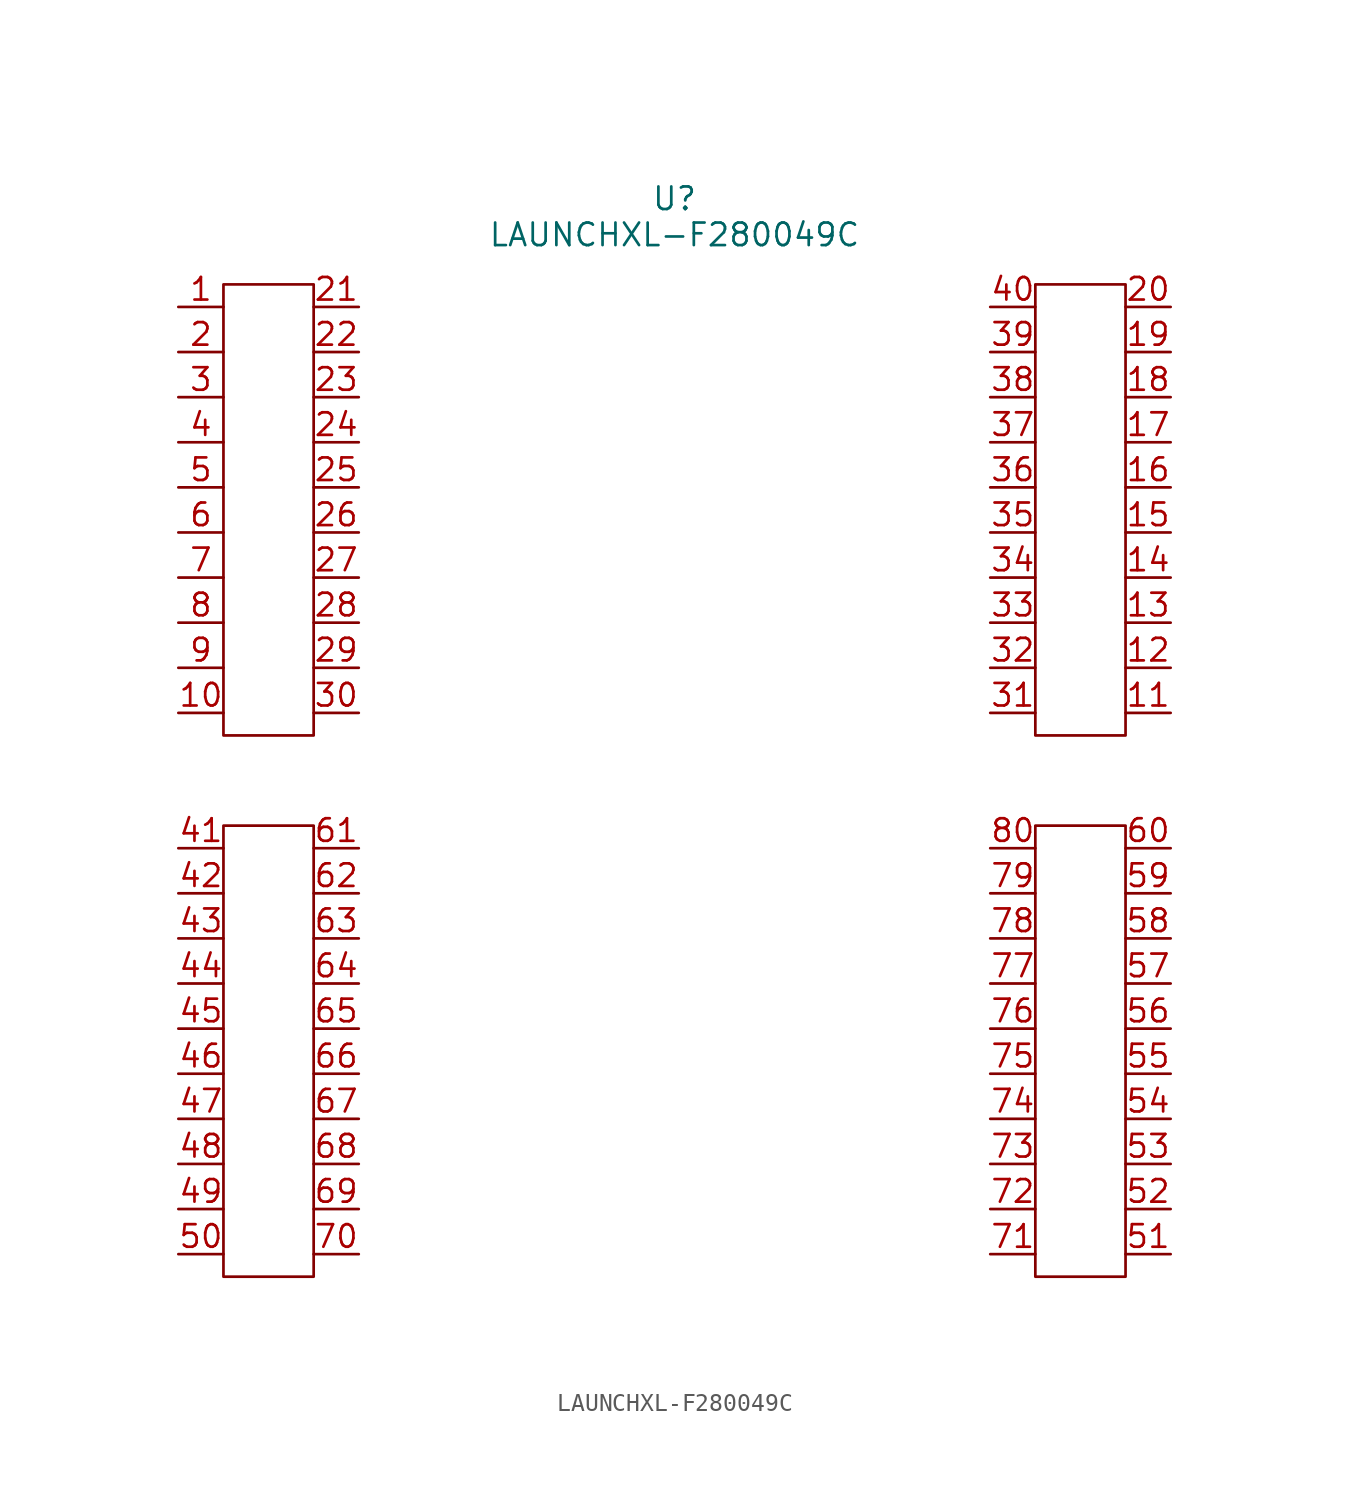
<source format=kicad_sym>
(kicad_symbol_lib
  (version 20241209)
  (generator "kicad_symbol_editor")
  (generator_version "9.0")
  (symbol "LAUNCHXL-F280049C"
    (property "Reference" "U"
      (at 0 32.766 0)
      (effects (font (size 1.27 1.27))))
    (property "Value" "LAUNCHXL-F280049C"
      (at 0 30.734 0)
      (effects (font (size 1.27 1.27))))
    (symbol "LAUNCHXL-F280049C_0_1"
      (rectangle (start -25.4 27.94) (end -20.32 2.54) (stroke (width 0) (type default)) (fill (type none)))
      (rectangle (start -25.4 -2.54) (end -20.32 -27.94) (stroke (width 0) (type default)) (fill (type none)))
      (rectangle (start 20.32 27.94) (end 25.4 2.54) (stroke (width 0) (type default)) (fill (type none)))
      (rectangle (start 20.32 -2.54) (end 25.4 -27.94) (stroke (width 0) (type default)) (fill (type none))))
    (symbol "LAUNCHXL-F280049C_1_1"
      (pin bidirectional line (at -27.94 26.67 0) (length 2.54) (name "" (effects (font (size 1.27 1.27)))) (number "1" (effects (font (size 1.27 1.27)))))
      (pin bidirectional line (at -27.94 24.13 0) (length 2.54) (name "" (effects (font (size 1.27 1.27)))) (number "2" (effects (font (size 1.27 1.27)))))
      (pin bidirectional line (at -27.94 21.59 0) (length 2.54) (name "" (effects (font (size 1.27 1.27)))) (number "3" (effects (font (size 1.27 1.27)))))
      (pin bidirectional line (at -27.94 19.05 0) (length 2.54) (name "" (effects (font (size 1.27 1.27)))) (number "4" (effects (font (size 1.27 1.27)))))
      (pin bidirectional line (at -27.94 16.51 0) (length 2.54) (name "" (effects (font (size 1.27 1.27)))) (number "5" (effects (font (size 1.27 1.27)))))
      (pin bidirectional line (at -27.94 13.97 0) (length 2.54) (name "" (effects (font (size 1.27 1.27)))) (number "6" (effects (font (size 1.27 1.27)))))
      (pin bidirectional line (at -27.94 11.43 0) (length 2.54) (name "" (effects (font (size 1.27 1.27)))) (number "7" (effects (font (size 1.27 1.27)))))
      (pin bidirectional line (at -27.94 8.89 0) (length 2.54) (name "" (effects (font (size 1.27 1.27)))) (number "8" (effects (font (size 1.27 1.27)))))
      (pin bidirectional line (at -27.94 6.35 0) (length 2.54) (name "" (effects (font (size 1.27 1.27)))) (number "9" (effects (font (size 1.27 1.27)))))
      (pin bidirectional line (at -27.94 3.81 0) (length 2.54) (name "" (effects (font (size 1.27 1.27)))) (number "10" (effects (font (size 1.27 1.27)))))
      (pin bidirectional line (at -27.94 -3.81 0) (length 2.54) (name "" (effects (font (size 1.27 1.27)))) (number "41" (effects (font (size 1.27 1.27)))))
      (pin bidirectional line (at -27.94 -6.35 0) (length 2.54) (name "" (effects (font (size 1.27 1.27)))) (number "42" (effects (font (size 1.27 1.27)))))
      (pin bidirectional line (at -27.94 -8.89 0) (length 2.54) (name "" (effects (font (size 1.27 1.27)))) (number "43" (effects (font (size 1.27 1.27)))))
      (pin bidirectional line (at -27.94 -11.43 0) (length 2.54) (name "" (effects (font (size 1.27 1.27)))) (number "44" (effects (font (size 1.27 1.27)))))
      (pin bidirectional line (at -27.94 -13.97 0) (length 2.54) (name "" (effects (font (size 1.27 1.27)))) (number "45" (effects (font (size 1.27 1.27)))))
      (pin bidirectional line (at -27.94 -16.51 0) (length 2.54) (name "" (effects (font (size 1.27 1.27)))) (number "46" (effects (font (size 1.27 1.27)))))
      (pin bidirectional line (at -27.94 -19.05 0) (length 2.54) (name "" (effects (font (size 1.27 1.27)))) (number "47" (effects (font (size 1.27 1.27)))))
      (pin bidirectional line (at -27.94 -21.59 0) (length 2.54) (name "" (effects (font (size 1.27 1.27)))) (number "48" (effects (font (size 1.27 1.27)))))
      (pin bidirectional line (at -27.94 -24.13 0) (length 2.54) (name "" (effects (font (size 1.27 1.27)))) (number "49" (effects (font (size 1.27 1.27)))))
      (pin bidirectional line (at -27.94 -26.67 0) (length 2.54) (name "" (effects (font (size 1.27 1.27)))) (number "50" (effects (font (size 1.27 1.27)))))
      (pin bidirectional line (at -17.78 26.67 180) (length 2.54) (name "" (effects (font (size 1.27 1.27)))) (number "21" (effects (font (size 1.27 1.27)))))
      (pin bidirectional line (at -17.78 24.13 180) (length 2.54) (name "" (effects (font (size 1.27 1.27)))) (number "22" (effects (font (size 1.27 1.27)))))
      (pin bidirectional line (at -17.78 21.59 180) (length 2.54) (name "" (effects (font (size 1.27 1.27)))) (number "23" (effects (font (size 1.27 1.27)))))
      (pin bidirectional line (at -17.78 19.05 180) (length 2.54) (name "" (effects (font (size 1.27 1.27)))) (number "24" (effects (font (size 1.27 1.27)))))
      (pin bidirectional line (at -17.78 16.51 180) (length 2.54) (name "" (effects (font (size 1.27 1.27)))) (number "25" (effects (font (size 1.27 1.27)))))
      (pin bidirectional line (at -17.78 13.97 180) (length 2.54) (name "" (effects (font (size 1.27 1.27)))) (number "26" (effects (font (size 1.27 1.27)))))
      (pin bidirectional line (at -17.78 11.43 180) (length 2.54) (name "" (effects (font (size 1.27 1.27)))) (number "27" (effects (font (size 1.27 1.27)))))
      (pin bidirectional line (at -17.78 8.89 180) (length 2.54) (name "" (effects (font (size 1.27 1.27)))) (number "28" (effects (font (size 1.27 1.27)))))
      (pin bidirectional line (at -17.78 6.35 180) (length 2.54) (name "" (effects (font (size 1.27 1.27)))) (number "29" (effects (font (size 1.27 1.27)))))
      (pin bidirectional line (at -17.78 3.81 180) (length 2.54) (name "" (effects (font (size 1.27 1.27)))) (number "30" (effects (font (size 1.27 1.27)))))
      (pin bidirectional line (at -17.78 -3.81 180) (length 2.54) (name "" (effects (font (size 1.27 1.27)))) (number "61" (effects (font (size 1.27 1.27)))))
      (pin bidirectional line (at -17.78 -6.35 180) (length 2.54) (name "" (effects (font (size 1.27 1.27)))) (number "62" (effects (font (size 1.27 1.27)))))
      (pin bidirectional line (at -17.78 -8.89 180) (length 2.54) (name "" (effects (font (size 1.27 1.27)))) (number "63" (effects (font (size 1.27 1.27)))))
      (pin bidirectional line (at -17.78 -11.43 180) (length 2.54) (name "" (effects (font (size 1.27 1.27)))) (number "64" (effects (font (size 1.27 1.27)))))
      (pin bidirectional line (at -17.78 -13.97 180) (length 2.54) (name "" (effects (font (size 1.27 1.27)))) (number "65" (effects (font (size 1.27 1.27)))))
      (pin bidirectional line (at -17.78 -16.51 180) (length 2.54) (name "" (effects (font (size 1.27 1.27)))) (number "66" (effects (font (size 1.27 1.27)))))
      (pin bidirectional line (at -17.78 -19.05 180) (length 2.54) (name "" (effects (font (size 1.27 1.27)))) (number "67" (effects (font (size 1.27 1.27)))))
      (pin bidirectional line (at -17.78 -21.59 180) (length 2.54) (name "" (effects (font (size 1.27 1.27)))) (number "68" (effects (font (size 1.27 1.27)))))
      (pin bidirectional line (at -17.78 -24.13 180) (length 2.54) (name "" (effects (font (size 1.27 1.27)))) (number "69" (effects (font (size 1.27 1.27)))))
      (pin bidirectional line (at -17.78 -26.67 180) (length 2.54) (name "" (effects (font (size 1.27 1.27)))) (number "70" (effects (font (size 1.27 1.27)))))
      (pin bidirectional line (at 17.78 26.67 0) (length 2.54) (name "" (effects (font (size 1.27 1.27)))) (number "40" (effects (font (size 1.27 1.27)))))
      (pin bidirectional line (at 17.78 24.13 0) (length 2.54) (name "" (effects (font (size 1.27 1.27)))) (number "39" (effects (font (size 1.27 1.27)))))
      (pin bidirectional line (at 17.78 21.59 0) (length 2.54) (name "" (effects (font (size 1.27 1.27)))) (number "38" (effects (font (size 1.27 1.27)))))
      (pin bidirectional line (at 17.78 19.05 0) (length 2.54) (name "" (effects (font (size 1.27 1.27)))) (number "37" (effects (font (size 1.27 1.27)))))
      (pin bidirectional line (at 17.78 16.51 0) (length 2.54) (name "" (effects (font (size 1.27 1.27)))) (number "36" (effects (font (size 1.27 1.27)))))
      (pin bidirectional line (at 17.78 13.97 0) (length 2.54) (name "" (effects (font (size 1.27 1.27)))) (number "35" (effects (font (size 1.27 1.27)))))
      (pin bidirectional line (at 17.78 11.43 0) (length 2.54) (name "" (effects (font (size 1.27 1.27)))) (number "34" (effects (font (size 1.27 1.27)))))
      (pin bidirectional line (at 17.78 8.89 0) (length 2.54) (name "" (effects (font (size 1.27 1.27)))) (number "33" (effects (font (size 1.27 1.27)))))
      (pin bidirectional line (at 17.78 6.35 0) (length 2.54) (name "" (effects (font (size 1.27 1.27)))) (number "32" (effects (font (size 1.27 1.27)))))
      (pin bidirectional line (at 17.78 3.81 0) (length 2.54) (name "" (effects (font (size 1.27 1.27)))) (number "31" (effects (font (size 1.27 1.27)))))
      (pin bidirectional line (at 17.78 -3.81 0) (length 2.54) (name "" (effects (font (size 1.27 1.27)))) (number "80" (effects (font (size 1.27 1.27)))))
      (pin bidirectional line (at 17.78 -6.35 0) (length 2.54) (name "" (effects (font (size 1.27 1.27)))) (number "79" (effects (font (size 1.27 1.27)))))
      (pin bidirectional line (at 17.78 -8.89 0) (length 2.54) (name "" (effects (font (size 1.27 1.27)))) (number "78" (effects (font (size 1.27 1.27)))))
      (pin bidirectional line (at 17.78 -11.43 0) (length 2.54) (name "" (effects (font (size 1.27 1.27)))) (number "77" (effects (font (size 1.27 1.27)))))
      (pin bidirectional line (at 17.78 -13.97 0) (length 2.54) (name "" (effects (font (size 1.27 1.27)))) (number "76" (effects (font (size 1.27 1.27)))))
      (pin bidirectional line (at 17.78 -16.51 0) (length 2.54) (name "" (effects (font (size 1.27 1.27)))) (number "75" (effects (font (size 1.27 1.27)))))
      (pin bidirectional line (at 17.78 -19.05 0) (length 2.54) (name "" (effects (font (size 1.27 1.27)))) (number "74" (effects (font (size 1.27 1.27)))))
      (pin bidirectional line (at 17.78 -21.59 0) (length 2.54) (name "" (effects (font (size 1.27 1.27)))) (number "73" (effects (font (size 1.27 1.27)))))
      (pin bidirectional line (at 17.78 -24.13 0) (length 2.54) (name "" (effects (font (size 1.27 1.27)))) (number "72" (effects (font (size 1.27 1.27)))))
      (pin bidirectional line (at 17.78 -26.67 0) (length 2.54) (name "" (effects (font (size 1.27 1.27)))) (number "71" (effects (font (size 1.27 1.27)))))
      (pin bidirectional line (at 27.94 26.67 180) (length 2.54) (name "" (effects (font (size 1.27 1.27)))) (number "20" (effects (font (size 1.27 1.27)))))
      (pin bidirectional line (at 27.94 24.13 180) (length 2.54) (name "" (effects (font (size 1.27 1.27)))) (number "19" (effects (font (size 1.27 1.27)))))
      (pin bidirectional line (at 27.94 21.59 180) (length 2.54) (name "" (effects (font (size 1.27 1.27)))) (number "18" (effects (font (size 1.27 1.27)))))
      (pin bidirectional line (at 27.94 19.05 180) (length 2.54) (name "" (effects (font (size 1.27 1.27)))) (number "17" (effects (font (size 1.27 1.27)))))
      (pin bidirectional line (at 27.94 16.51 180) (length 2.54) (name "" (effects (font (size 1.27 1.27)))) (number "16" (effects (font (size 1.27 1.27)))))
      (pin bidirectional line (at 27.94 13.97 180) (length 2.54) (name "" (effects (font (size 1.27 1.27)))) (number "15" (effects (font (size 1.27 1.27)))))
      (pin bidirectional line (at 27.94 11.43 180) (length 2.54) (name "" (effects (font (size 1.27 1.27)))) (number "14" (effects (font (size 1.27 1.27)))))
      (pin bidirectional line (at 27.94 8.89 180) (length 2.54) (name "" (effects (font (size 1.27 1.27)))) (number "13" (effects (font (size 1.27 1.27)))))
      (pin bidirectional line (at 27.94 6.35 180) (length 2.54) (name "" (effects (font (size 1.27 1.27)))) (number "12" (effects (font (size 1.27 1.27)))))
      (pin bidirectional line (at 27.94 3.81 180) (length 2.54) (name "" (effects (font (size 1.27 1.27)))) (number "11" (effects (font (size 1.27 1.27)))))
      (pin bidirectional line (at 27.94 -3.81 180) (length 2.54) (name "" (effects (font (size 1.27 1.27)))) (number "60" (effects (font (size 1.27 1.27)))))
      (pin bidirectional line (at 27.94 -6.35 180) (length 2.54) (name "" (effects (font (size 1.27 1.27)))) (number "59" (effects (font (size 1.27 1.27)))))
      (pin bidirectional line (at 27.94 -8.89 180) (length 2.54) (name "" (effects (font (size 1.27 1.27)))) (number "58" (effects (font (size 1.27 1.27)))))
      (pin bidirectional line (at 27.94 -11.43 180) (length 2.54) (name "" (effects (font (size 1.27 1.27)))) (number "57" (effects (font (size 1.27 1.27)))))
      (pin bidirectional line (at 27.94 -13.97 180) (length 2.54) (name "" (effects (font (size 1.27 1.27)))) (number "56" (effects (font (size 1.27 1.27)))))
      (pin bidirectional line (at 27.94 -16.51 180) (length 2.54) (name "" (effects (font (size 1.27 1.27)))) (number "55" (effects (font (size 1.27 1.27)))))
      (pin bidirectional line (at 27.94 -19.05 180) (length 2.54) (name "" (effects (font (size 1.27 1.27)))) (number "54" (effects (font (size 1.27 1.27)))))
      (pin bidirectional line (at 27.94 -21.59 180) (length 2.54) (name "" (effects (font (size 1.27 1.27)))) (number "53" (effects (font (size 1.27 1.27)))))
      (pin bidirectional line (at 27.94 -24.13 180) (length 2.54) (name "" (effects (font (size 1.27 1.27)))) (number "52" (effects (font (size 1.27 1.27)))))
      (pin bidirectional line (at 27.94 -26.67 180) (length 2.54) (name "" (effects (font (size 1.27 1.27)))) (number "51" (effects (font (size 1.27 1.27))))))))
</source>
